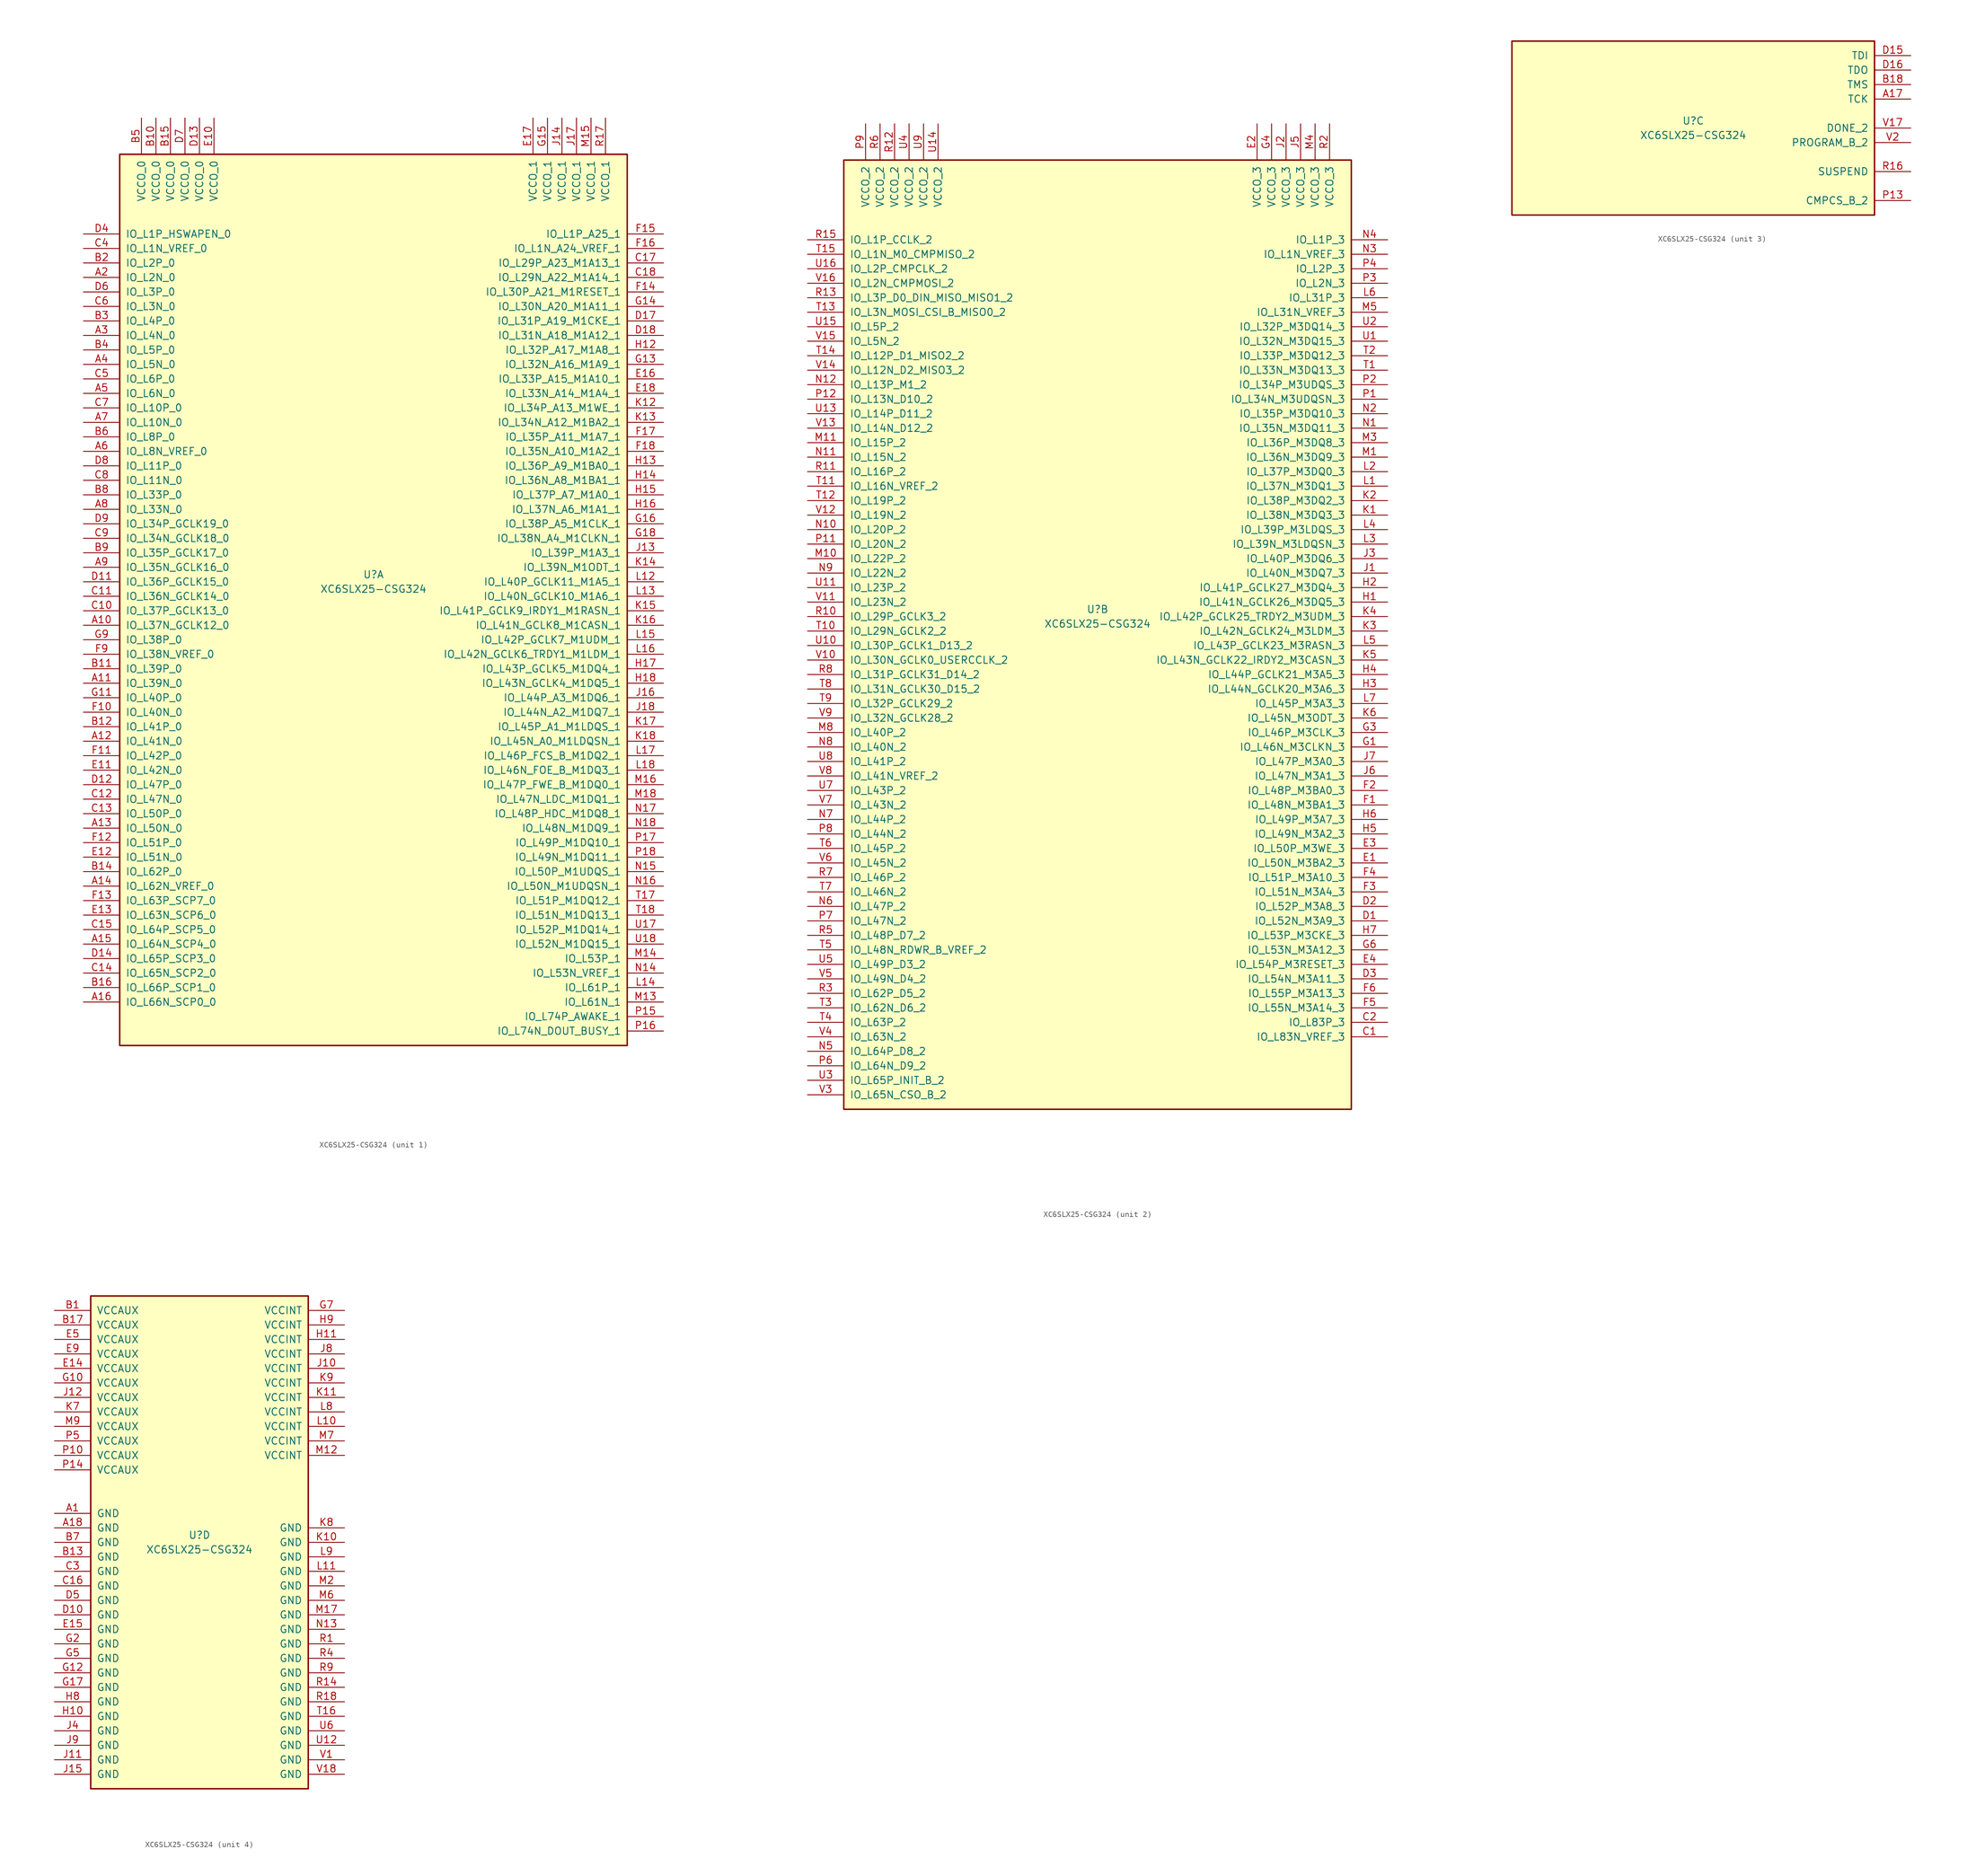
<source format=kicad_sym>
(kicad_symbol_lib
  (version 20211014)
  (generator kicad_symbol_editor)
  (symbol "XC6SLX25-CSG324"
    (pin_names
      (offset 1.016))
    (property "Reference" "U"
      (at 0 1.27 0)
      (effects (font (size 1.27 1.27))))
    (property "Value" "XC6SLX25-CSG324"
      (at 0 -1.27 0)
      (effects (font (size 1.27 1.27))))
    (property "Datasheet" ""
      (at 0 0 0)
      (effects (font (size 1.27 1.27))))
    (property "ki_locked" ""
      (at 0 0 0)
      (effects (font (size 1.27 1.27))))
    (symbol "XC6SLX25-CSG324_1_1"
      (rectangle (start -44.45 74.93) (end 44.45 -81.28) (stroke (width 0.254) (type default) (color 0 0 0 0)) (fill (type background)))
      (pin bidirectional line (at -50.8 -7.62 0) (length 6.35) (name "IO_L37N_GCLK12_0" (effects (font (size 1.27 1.27)))) (number "A10" (effects (font (size 1.27 1.27)))))
      (pin bidirectional line (at -50.8 -17.78 0) (length 6.35) (name "IO_L39N_0" (effects (font (size 1.27 1.27)))) (number "A11" (effects (font (size 1.27 1.27)))))
      (pin bidirectional line (at -50.8 -27.94 0) (length 6.35) (name "IO_L41N_0" (effects (font (size 1.27 1.27)))) (number "A12" (effects (font (size 1.27 1.27)))))
      (pin bidirectional line (at -50.8 -43.18 0) (length 6.35) (name "IO_L50N_0" (effects (font (size 1.27 1.27)))) (number "A13" (effects (font (size 1.27 1.27)))))
      (pin bidirectional line (at -50.8 -53.34 0) (length 6.35) (name "IO_L62N_VREF_0" (effects (font (size 1.27 1.27)))) (number "A14" (effects (font (size 1.27 1.27)))))
      (pin bidirectional line (at -50.8 -63.5 0) (length 6.35) (name "IO_L64N_SCP4_0" (effects (font (size 1.27 1.27)))) (number "A15" (effects (font (size 1.27 1.27)))))
      (pin bidirectional line (at -50.8 -73.66 0) (length 6.35) (name "IO_L66N_SCP0_0" (effects (font (size 1.27 1.27)))) (number "A16" (effects (font (size 1.27 1.27)))))
      (pin bidirectional line (at -50.8 53.34 0) (length 6.35) (name "IO_L2N_0" (effects (font (size 1.27 1.27)))) (number "A2" (effects (font (size 1.27 1.27)))))
      (pin bidirectional line (at -50.8 43.18 0) (length 6.35) (name "IO_L4N_0" (effects (font (size 1.27 1.27)))) (number "A3" (effects (font (size 1.27 1.27)))))
      (pin bidirectional line (at -50.8 38.1 0) (length 6.35) (name "IO_L5N_0" (effects (font (size 1.27 1.27)))) (number "A4" (effects (font (size 1.27 1.27)))))
      (pin bidirectional line (at -50.8 33.02 0) (length 6.35) (name "IO_L6N_0" (effects (font (size 1.27 1.27)))) (number "A5" (effects (font (size 1.27 1.27)))))
      (pin bidirectional line (at -50.8 22.86 0) (length 6.35) (name "IO_L8N_VREF_0" (effects (font (size 1.27 1.27)))) (number "A6" (effects (font (size 1.27 1.27)))))
      (pin bidirectional line (at -50.8 27.94 0) (length 6.35) (name "IO_L10N_0" (effects (font (size 1.27 1.27)))) (number "A7" (effects (font (size 1.27 1.27)))))
      (pin bidirectional line (at -50.8 12.7 0) (length 6.35) (name "IO_L33N_0" (effects (font (size 1.27 1.27)))) (number "A8" (effects (font (size 1.27 1.27)))))
      (pin bidirectional line (at -50.8 2.54 0) (length 6.35) (name "IO_L35N_GCLK16_0" (effects (font (size 1.27 1.27)))) (number "A9" (effects (font (size 1.27 1.27)))))
      (pin power_in line (at -38.1 81.28 270) (length 6.35) (name "VCCO_0" (effects (font (size 1.27 1.27)))) (number "B10" (effects (font (size 1.27 1.27)))))
      (pin bidirectional line (at -50.8 -15.24 0) (length 6.35) (name "IO_L39P_0" (effects (font (size 1.27 1.27)))) (number "B11" (effects (font (size 1.27 1.27)))))
      (pin bidirectional line (at -50.8 -25.4 0) (length 6.35) (name "IO_L41P_0" (effects (font (size 1.27 1.27)))) (number "B12" (effects (font (size 1.27 1.27)))))
      (pin bidirectional line (at -50.8 -50.8 0) (length 6.35) (name "IO_L62P_0" (effects (font (size 1.27 1.27)))) (number "B14" (effects (font (size 1.27 1.27)))))
      (pin power_in line (at -35.56 81.28 270) (length 6.35) (name "VCCO_0" (effects (font (size 1.27 1.27)))) (number "B15" (effects (font (size 1.27 1.27)))))
      (pin bidirectional line (at -50.8 -71.12 0) (length 6.35) (name "IO_L66P_SCP1_0" (effects (font (size 1.27 1.27)))) (number "B16" (effects (font (size 1.27 1.27)))))
      (pin bidirectional line (at -50.8 55.88 0) (length 6.35) (name "IO_L2P_0" (effects (font (size 1.27 1.27)))) (number "B2" (effects (font (size 1.27 1.27)))))
      (pin bidirectional line (at -50.8 45.72 0) (length 6.35) (name "IO_L4P_0" (effects (font (size 1.27 1.27)))) (number "B3" (effects (font (size 1.27 1.27)))))
      (pin bidirectional line (at -50.8 40.64 0) (length 6.35) (name "IO_L5P_0" (effects (font (size 1.27 1.27)))) (number "B4" (effects (font (size 1.27 1.27)))))
      (pin power_in line (at -40.64 81.28 270) (length 6.35) (name "VCCO_0" (effects (font (size 1.27 1.27)))) (number "B5" (effects (font (size 1.27 1.27)))))
      (pin bidirectional line (at -50.8 25.4 0) (length 6.35) (name "IO_L8P_0" (effects (font (size 1.27 1.27)))) (number "B6" (effects (font (size 1.27 1.27)))))
      (pin bidirectional line (at -50.8 15.24 0) (length 6.35) (name "IO_L33P_0" (effects (font (size 1.27 1.27)))) (number "B8" (effects (font (size 1.27 1.27)))))
      (pin bidirectional line (at -50.8 5.08 0) (length 6.35) (name "IO_L35P_GCLK17_0" (effects (font (size 1.27 1.27)))) (number "B9" (effects (font (size 1.27 1.27)))))
      (pin bidirectional line (at -50.8 -5.08 0) (length 6.35) (name "IO_L37P_GCLK13_0" (effects (font (size 1.27 1.27)))) (number "C10" (effects (font (size 1.27 1.27)))))
      (pin bidirectional line (at -50.8 -2.54 0) (length 6.35) (name "IO_L36N_GCLK14_0" (effects (font (size 1.27 1.27)))) (number "C11" (effects (font (size 1.27 1.27)))))
      (pin bidirectional line (at -50.8 -38.1 0) (length 6.35) (name "IO_L47N_0" (effects (font (size 1.27 1.27)))) (number "C12" (effects (font (size 1.27 1.27)))))
      (pin bidirectional line (at -50.8 -40.64 0) (length 6.35) (name "IO_L50P_0" (effects (font (size 1.27 1.27)))) (number "C13" (effects (font (size 1.27 1.27)))))
      (pin bidirectional line (at -50.8 -68.58 0) (length 6.35) (name "IO_L65N_SCP2_0" (effects (font (size 1.27 1.27)))) (number "C14" (effects (font (size 1.27 1.27)))))
      (pin bidirectional line (at -50.8 -60.96 0) (length 6.35) (name "IO_L64P_SCP5_0" (effects (font (size 1.27 1.27)))) (number "C15" (effects (font (size 1.27 1.27)))))
      (pin bidirectional line (at 50.8 55.88 180) (length 6.35) (name "IO_L29P_A23_M1A13_1" (effects (font (size 1.27 1.27)))) (number "C17" (effects (font (size 1.27 1.27)))))
      (pin bidirectional line (at 50.8 53.34 180) (length 6.35) (name "IO_L29N_A22_M1A14_1" (effects (font (size 1.27 1.27)))) (number "C18" (effects (font (size 1.27 1.27)))))
      (pin bidirectional line (at -50.8 58.42 0) (length 6.35) (name "IO_L1N_VREF_0" (effects (font (size 1.27 1.27)))) (number "C4" (effects (font (size 1.27 1.27)))))
      (pin bidirectional line (at -50.8 35.56 0) (length 6.35) (name "IO_L6P_0" (effects (font (size 1.27 1.27)))) (number "C5" (effects (font (size 1.27 1.27)))))
      (pin bidirectional line (at -50.8 48.26 0) (length 6.35) (name "IO_L3N_0" (effects (font (size 1.27 1.27)))) (number "C6" (effects (font (size 1.27 1.27)))))
      (pin bidirectional line (at -50.8 30.48 0) (length 6.35) (name "IO_L10P_0" (effects (font (size 1.27 1.27)))) (number "C7" (effects (font (size 1.27 1.27)))))
      (pin bidirectional line (at -50.8 17.78 0) (length 6.35) (name "IO_L11N_0" (effects (font (size 1.27 1.27)))) (number "C8" (effects (font (size 1.27 1.27)))))
      (pin bidirectional line (at -50.8 7.62 0) (length 6.35) (name "IO_L34N_GCLK18_0" (effects (font (size 1.27 1.27)))) (number "C9" (effects (font (size 1.27 1.27)))))
      (pin bidirectional line (at -50.8 0 0) (length 6.35) (name "IO_L36P_GCLK15_0" (effects (font (size 1.27 1.27)))) (number "D11" (effects (font (size 1.27 1.27)))))
      (pin bidirectional line (at -50.8 -35.56 0) (length 6.35) (name "IO_L47P_0" (effects (font (size 1.27 1.27)))) (number "D12" (effects (font (size 1.27 1.27)))))
      (pin power_in line (at -30.48 81.28 270) (length 6.35) (name "VCCO_0" (effects (font (size 1.27 1.27)))) (number "D13" (effects (font (size 1.27 1.27)))))
      (pin bidirectional line (at -50.8 -66.04 0) (length 6.35) (name "IO_L65P_SCP3_0" (effects (font (size 1.27 1.27)))) (number "D14" (effects (font (size 1.27 1.27)))))
      (pin bidirectional line (at 50.8 45.72 180) (length 6.35) (name "IO_L31P_A19_M1CKE_1" (effects (font (size 1.27 1.27)))) (number "D17" (effects (font (size 1.27 1.27)))))
      (pin bidirectional line (at 50.8 43.18 180) (length 6.35) (name "IO_L31N_A18_M1A12_1" (effects (font (size 1.27 1.27)))) (number "D18" (effects (font (size 1.27 1.27)))))
      (pin bidirectional line (at -50.8 60.96 0) (length 6.35) (name "IO_L1P_HSWAPEN_0" (effects (font (size 1.27 1.27)))) (number "D4" (effects (font (size 1.27 1.27)))))
      (pin bidirectional line (at -50.8 50.8 0) (length 6.35) (name "IO_L3P_0" (effects (font (size 1.27 1.27)))) (number "D6" (effects (font (size 1.27 1.27)))))
      (pin power_in line (at -33.02 81.28 270) (length 6.35) (name "VCCO_0" (effects (font (size 1.27 1.27)))) (number "D7" (effects (font (size 1.27 1.27)))))
      (pin bidirectional line (at -50.8 20.32 0) (length 6.35) (name "IO_L11P_0" (effects (font (size 1.27 1.27)))) (number "D8" (effects (font (size 1.27 1.27)))))
      (pin bidirectional line (at -50.8 10.16 0) (length 6.35) (name "IO_L34P_GCLK19_0" (effects (font (size 1.27 1.27)))) (number "D9" (effects (font (size 1.27 1.27)))))
      (pin power_in line (at -27.94 81.28 270) (length 6.35) (name "VCCO_0" (effects (font (size 1.27 1.27)))) (number "E10" (effects (font (size 1.27 1.27)))))
      (pin bidirectional line (at -50.8 -33.02 0) (length 6.35) (name "IO_L42N_0" (effects (font (size 1.27 1.27)))) (number "E11" (effects (font (size 1.27 1.27)))))
      (pin bidirectional line (at -50.8 -48.26 0) (length 6.35) (name "IO_L51N_0" (effects (font (size 1.27 1.27)))) (number "E12" (effects (font (size 1.27 1.27)))))
      (pin bidirectional line (at -50.8 -58.42 0) (length 6.35) (name "IO_L63N_SCP6_0" (effects (font (size 1.27 1.27)))) (number "E13" (effects (font (size 1.27 1.27)))))
      (pin bidirectional line (at 50.8 35.56 180) (length 6.35) (name "IO_L33P_A15_M1A10_1" (effects (font (size 1.27 1.27)))) (number "E16" (effects (font (size 1.27 1.27)))))
      (pin power_in line (at 27.94 81.28 270) (length 6.35) (name "VCCO_1" (effects (font (size 1.27 1.27)))) (number "E17" (effects (font (size 1.27 1.27)))))
      (pin bidirectional line (at 50.8 33.02 180) (length 6.35) (name "IO_L33N_A14_M1A4_1" (effects (font (size 1.27 1.27)))) (number "E18" (effects (font (size 1.27 1.27)))))
      (pin bidirectional line (at -50.8 -22.86 0) (length 6.35) (name "IO_L40N_0" (effects (font (size 1.27 1.27)))) (number "F10" (effects (font (size 1.27 1.27)))))
      (pin bidirectional line (at -50.8 -30.48 0) (length 6.35) (name "IO_L42P_0" (effects (font (size 1.27 1.27)))) (number "F11" (effects (font (size 1.27 1.27)))))
      (pin bidirectional line (at -50.8 -45.72 0) (length 6.35) (name "IO_L51P_0" (effects (font (size 1.27 1.27)))) (number "F12" (effects (font (size 1.27 1.27)))))
      (pin bidirectional line (at -50.8 -55.88 0) (length 6.35) (name "IO_L63P_SCP7_0" (effects (font (size 1.27 1.27)))) (number "F13" (effects (font (size 1.27 1.27)))))
      (pin bidirectional line (at 50.8 50.8 180) (length 6.35) (name "IO_L30P_A21_M1RESET_1" (effects (font (size 1.27 1.27)))) (number "F14" (effects (font (size 1.27 1.27)))))
      (pin bidirectional line (at 50.8 60.96 180) (length 6.35) (name "IO_L1P_A25_1" (effects (font (size 1.27 1.27)))) (number "F15" (effects (font (size 1.27 1.27)))))
      (pin bidirectional line (at 50.8 58.42 180) (length 6.35) (name "IO_L1N_A24_VREF_1" (effects (font (size 1.27 1.27)))) (number "F16" (effects (font (size 1.27 1.27)))))
      (pin bidirectional line (at 50.8 25.4 180) (length 6.35) (name "IO_L35P_A11_M1A7_1" (effects (font (size 1.27 1.27)))) (number "F17" (effects (font (size 1.27 1.27)))))
      (pin bidirectional line (at 50.8 22.86 180) (length 6.35) (name "IO_L35N_A10_M1A2_1" (effects (font (size 1.27 1.27)))) (number "F18" (effects (font (size 1.27 1.27)))))
      (pin bidirectional line (at -50.8 -12.7 0) (length 6.35) (name "IO_L38N_VREF_0" (effects (font (size 1.27 1.27)))) (number "F9" (effects (font (size 1.27 1.27)))))
      (pin bidirectional line (at -50.8 -20.32 0) (length 6.35) (name "IO_L40P_0" (effects (font (size 1.27 1.27)))) (number "G11" (effects (font (size 1.27 1.27)))))
      (pin bidirectional line (at 50.8 38.1 180) (length 6.35) (name "IO_L32N_A16_M1A9_1" (effects (font (size 1.27 1.27)))) (number "G13" (effects (font (size 1.27 1.27)))))
      (pin bidirectional line (at 50.8 48.26 180) (length 6.35) (name "IO_L30N_A20_M1A11_1" (effects (font (size 1.27 1.27)))) (number "G14" (effects (font (size 1.27 1.27)))))
      (pin power_in line (at 30.48 81.28 270) (length 6.35) (name "VCCO_1" (effects (font (size 1.27 1.27)))) (number "G15" (effects (font (size 1.27 1.27)))))
      (pin bidirectional line (at 50.8 10.16 180) (length 6.35) (name "IO_L38P_A5_M1CLK_1" (effects (font (size 1.27 1.27)))) (number "G16" (effects (font (size 1.27 1.27)))))
      (pin bidirectional line (at 50.8 7.62 180) (length 6.35) (name "IO_L38N_A4_M1CLKN_1" (effects (font (size 1.27 1.27)))) (number "G18" (effects (font (size 1.27 1.27)))))
      (pin bidirectional line (at -50.8 -10.16 0) (length 6.35) (name "IO_L38P_0" (effects (font (size 1.27 1.27)))) (number "G9" (effects (font (size 1.27 1.27)))))
      (pin bidirectional line (at 50.8 40.64 180) (length 6.35) (name "IO_L32P_A17_M1A8_1" (effects (font (size 1.27 1.27)))) (number "H12" (effects (font (size 1.27 1.27)))))
      (pin bidirectional line (at 50.8 20.32 180) (length 6.35) (name "IO_L36P_A9_M1BA0_1" (effects (font (size 1.27 1.27)))) (number "H13" (effects (font (size 1.27 1.27)))))
      (pin bidirectional line (at 50.8 17.78 180) (length 6.35) (name "IO_L36N_A8_M1BA1_1" (effects (font (size 1.27 1.27)))) (number "H14" (effects (font (size 1.27 1.27)))))
      (pin bidirectional line (at 50.8 15.24 180) (length 6.35) (name "IO_L37P_A7_M1A0_1" (effects (font (size 1.27 1.27)))) (number "H15" (effects (font (size 1.27 1.27)))))
      (pin bidirectional line (at 50.8 12.7 180) (length 6.35) (name "IO_L37N_A6_M1A1_1" (effects (font (size 1.27 1.27)))) (number "H16" (effects (font (size 1.27 1.27)))))
      (pin bidirectional line (at 50.8 -15.24 180) (length 6.35) (name "IO_L43P_GCLK5_M1DQ4_1" (effects (font (size 1.27 1.27)))) (number "H17" (effects (font (size 1.27 1.27)))))
      (pin bidirectional line (at 50.8 -17.78 180) (length 6.35) (name "IO_L43N_GCLK4_M1DQ5_1" (effects (font (size 1.27 1.27)))) (number "H18" (effects (font (size 1.27 1.27)))))
      (pin bidirectional line (at 50.8 5.08 180) (length 6.35) (name "IO_L39P_M1A3_1" (effects (font (size 1.27 1.27)))) (number "J13" (effects (font (size 1.27 1.27)))))
      (pin power_in line (at 33.02 81.28 270) (length 6.35) (name "VCCO_1" (effects (font (size 1.27 1.27)))) (number "J14" (effects (font (size 1.27 1.27)))))
      (pin bidirectional line (at 50.8 -20.32 180) (length 6.35) (name "IO_L44P_A3_M1DQ6_1" (effects (font (size 1.27 1.27)))) (number "J16" (effects (font (size 1.27 1.27)))))
      (pin power_in line (at 35.56 81.28 270) (length 6.35) (name "VCCO_1" (effects (font (size 1.27 1.27)))) (number "J17" (effects (font (size 1.27 1.27)))))
      (pin bidirectional line (at 50.8 -22.86 180) (length 6.35) (name "IO_L44N_A2_M1DQ7_1" (effects (font (size 1.27 1.27)))) (number "J18" (effects (font (size 1.27 1.27)))))
      (pin bidirectional line (at 50.8 30.48 180) (length 6.35) (name "IO_L34P_A13_M1WE_1" (effects (font (size 1.27 1.27)))) (number "K12" (effects (font (size 1.27 1.27)))))
      (pin bidirectional line (at 50.8 27.94 180) (length 6.35) (name "IO_L34N_A12_M1BA2_1" (effects (font (size 1.27 1.27)))) (number "K13" (effects (font (size 1.27 1.27)))))
      (pin bidirectional line (at 50.8 2.54 180) (length 6.35) (name "IO_L39N_M1ODT_1" (effects (font (size 1.27 1.27)))) (number "K14" (effects (font (size 1.27 1.27)))))
      (pin bidirectional line (at 50.8 -5.08 180) (length 6.35) (name "IO_L41P_GCLK9_IRDY1_M1RASN_1" (effects (font (size 1.27 1.27)))) (number "K15" (effects (font (size 1.27 1.27)))))
      (pin bidirectional line (at 50.8 -7.62 180) (length 6.35) (name "IO_L41N_GCLK8_M1CASN_1" (effects (font (size 1.27 1.27)))) (number "K16" (effects (font (size 1.27 1.27)))))
      (pin bidirectional line (at 50.8 -25.4 180) (length 6.35) (name "IO_L45P_A1_M1LDQS_1" (effects (font (size 1.27 1.27)))) (number "K17" (effects (font (size 1.27 1.27)))))
      (pin bidirectional line (at 50.8 -27.94 180) (length 6.35) (name "IO_L45N_A0_M1LDQSN_1" (effects (font (size 1.27 1.27)))) (number "K18" (effects (font (size 1.27 1.27)))))
      (pin bidirectional line (at 50.8 0 180) (length 6.35) (name "IO_L40P_GCLK11_M1A5_1" (effects (font (size 1.27 1.27)))) (number "L12" (effects (font (size 1.27 1.27)))))
      (pin bidirectional line (at 50.8 -2.54 180) (length 6.35) (name "IO_L40N_GCLK10_M1A6_1" (effects (font (size 1.27 1.27)))) (number "L13" (effects (font (size 1.27 1.27)))))
      (pin bidirectional line (at 50.8 -71.12 180) (length 6.35) (name "IO_L61P_1" (effects (font (size 1.27 1.27)))) (number "L14" (effects (font (size 1.27 1.27)))))
      (pin bidirectional line (at 50.8 -10.16 180) (length 6.35) (name "IO_L42P_GCLK7_M1UDM_1" (effects (font (size 1.27 1.27)))) (number "L15" (effects (font (size 1.27 1.27)))))
      (pin bidirectional line (at 50.8 -12.7 180) (length 6.35) (name "IO_L42N_GCLK6_TRDY1_M1LDM_1" (effects (font (size 1.27 1.27)))) (number "L16" (effects (font (size 1.27 1.27)))))
      (pin bidirectional line (at 50.8 -30.48 180) (length 6.35) (name "IO_L46P_FCS_B_M1DQ2_1" (effects (font (size 1.27 1.27)))) (number "L17" (effects (font (size 1.27 1.27)))))
      (pin bidirectional line (at 50.8 -33.02 180) (length 6.35) (name "IO_L46N_FOE_B_M1DQ3_1" (effects (font (size 1.27 1.27)))) (number "L18" (effects (font (size 1.27 1.27)))))
      (pin bidirectional line (at 50.8 -73.66 180) (length 6.35) (name "IO_L61N_1" (effects (font (size 1.27 1.27)))) (number "M13" (effects (font (size 1.27 1.27)))))
      (pin bidirectional line (at 50.8 -66.04 180) (length 6.35) (name "IO_L53P_1" (effects (font (size 1.27 1.27)))) (number "M14" (effects (font (size 1.27 1.27)))))
      (pin power_in line (at 38.1 81.28 270) (length 6.35) (name "VCCO_1" (effects (font (size 1.27 1.27)))) (number "M15" (effects (font (size 1.27 1.27)))))
      (pin bidirectional line (at 50.8 -35.56 180) (length 6.35) (name "IO_L47P_FWE_B_M1DQ0_1" (effects (font (size 1.27 1.27)))) (number "M16" (effects (font (size 1.27 1.27)))))
      (pin bidirectional line (at 50.8 -38.1 180) (length 6.35) (name "IO_L47N_LDC_M1DQ1_1" (effects (font (size 1.27 1.27)))) (number "M18" (effects (font (size 1.27 1.27)))))
      (pin bidirectional line (at 50.8 -68.58 180) (length 6.35) (name "IO_L53N_VREF_1" (effects (font (size 1.27 1.27)))) (number "N14" (effects (font (size 1.27 1.27)))))
      (pin bidirectional line (at 50.8 -50.8 180) (length 6.35) (name "IO_L50P_M1UDQS_1" (effects (font (size 1.27 1.27)))) (number "N15" (effects (font (size 1.27 1.27)))))
      (pin bidirectional line (at 50.8 -53.34 180) (length 6.35) (name "IO_L50N_M1UDQSN_1" (effects (font (size 1.27 1.27)))) (number "N16" (effects (font (size 1.27 1.27)))))
      (pin bidirectional line (at 50.8 -40.64 180) (length 6.35) (name "IO_L48P_HDC_M1DQ8_1" (effects (font (size 1.27 1.27)))) (number "N17" (effects (font (size 1.27 1.27)))))
      (pin bidirectional line (at 50.8 -43.18 180) (length 6.35) (name "IO_L48N_M1DQ9_1" (effects (font (size 1.27 1.27)))) (number "N18" (effects (font (size 1.27 1.27)))))
      (pin bidirectional line (at 50.8 -76.2 180) (length 6.35) (name "IO_L74P_AWAKE_1" (effects (font (size 1.27 1.27)))) (number "P15" (effects (font (size 1.27 1.27)))))
      (pin bidirectional line (at 50.8 -78.74 180) (length 6.35) (name "IO_L74N_DOUT_BUSY_1" (effects (font (size 1.27 1.27)))) (number "P16" (effects (font (size 1.27 1.27)))))
      (pin bidirectional line (at 50.8 -45.72 180) (length 6.35) (name "IO_L49P_M1DQ10_1" (effects (font (size 1.27 1.27)))) (number "P17" (effects (font (size 1.27 1.27)))))
      (pin bidirectional line (at 50.8 -48.26 180) (length 6.35) (name "IO_L49N_M1DQ11_1" (effects (font (size 1.27 1.27)))) (number "P18" (effects (font (size 1.27 1.27)))))
      (pin power_in line (at 40.64 81.28 270) (length 6.35) (name "VCCO_1" (effects (font (size 1.27 1.27)))) (number "R17" (effects (font (size 1.27 1.27)))))
      (pin bidirectional line (at 50.8 -55.88 180) (length 6.35) (name "IO_L51P_M1DQ12_1" (effects (font (size 1.27 1.27)))) (number "T17" (effects (font (size 1.27 1.27)))))
      (pin bidirectional line (at 50.8 -58.42 180) (length 6.35) (name "IO_L51N_M1DQ13_1" (effects (font (size 1.27 1.27)))) (number "T18" (effects (font (size 1.27 1.27)))))
      (pin bidirectional line (at 50.8 -60.96 180) (length 6.35) (name "IO_L52P_M1DQ14_1" (effects (font (size 1.27 1.27)))) (number "U17" (effects (font (size 1.27 1.27)))))
      (pin bidirectional line (at 50.8 -63.5 180) (length 6.35) (name "IO_L52N_M1DQ15_1" (effects (font (size 1.27 1.27)))) (number "U18" (effects (font (size 1.27 1.27))))))
    (symbol "XC6SLX25-CSG324_2_1"
      (rectangle (start -44.45 80.01) (end 44.45 -86.36) (stroke (width 0.254) (type default) (color 0 0 0 0)) (fill (type background)))
      (pin bidirectional line (at 50.8 -73.66 180) (length 6.35) (name "IO_L83N_VREF_3" (effects (font (size 1.27 1.27)))) (number "C1" (effects (font (size 1.27 1.27)))))
      (pin bidirectional line (at 50.8 -71.12 180) (length 6.35) (name "IO_L83P_3" (effects (font (size 1.27 1.27)))) (number "C2" (effects (font (size 1.27 1.27)))))
      (pin bidirectional line (at 50.8 -53.34 180) (length 6.35) (name "IO_L52N_M3A9_3" (effects (font (size 1.27 1.27)))) (number "D1" (effects (font (size 1.27 1.27)))))
      (pin bidirectional line (at 50.8 -50.8 180) (length 6.35) (name "IO_L52P_M3A8_3" (effects (font (size 1.27 1.27)))) (number "D2" (effects (font (size 1.27 1.27)))))
      (pin bidirectional line (at 50.8 -63.5 180) (length 6.35) (name "IO_L54N_M3A11_3" (effects (font (size 1.27 1.27)))) (number "D3" (effects (font (size 1.27 1.27)))))
      (pin bidirectional line (at 50.8 -43.18 180) (length 6.35) (name "IO_L50N_M3BA2_3" (effects (font (size 1.27 1.27)))) (number "E1" (effects (font (size 1.27 1.27)))))
      (pin power_in line (at 27.94 86.36 270) (length 6.35) (name "VCCO_3" (effects (font (size 1.27 1.27)))) (number "E2" (effects (font (size 1.27 1.27)))))
      (pin bidirectional line (at 50.8 -40.64 180) (length 6.35) (name "IO_L50P_M3WE_3" (effects (font (size 1.27 1.27)))) (number "E3" (effects (font (size 1.27 1.27)))))
      (pin bidirectional line (at 50.8 -60.96 180) (length 6.35) (name "IO_L54P_M3RESET_3" (effects (font (size 1.27 1.27)))) (number "E4" (effects (font (size 1.27 1.27)))))
      (pin bidirectional line (at 50.8 -33.02 180) (length 6.35) (name "IO_L48N_M3BA1_3" (effects (font (size 1.27 1.27)))) (number "F1" (effects (font (size 1.27 1.27)))))
      (pin bidirectional line (at 50.8 -30.48 180) (length 6.35) (name "IO_L48P_M3BA0_3" (effects (font (size 1.27 1.27)))) (number "F2" (effects (font (size 1.27 1.27)))))
      (pin bidirectional line (at 50.8 -48.26 180) (length 6.35) (name "IO_L51N_M3A4_3" (effects (font (size 1.27 1.27)))) (number "F3" (effects (font (size 1.27 1.27)))))
      (pin bidirectional line (at 50.8 -45.72 180) (length 6.35) (name "IO_L51P_M3A10_3" (effects (font (size 1.27 1.27)))) (number "F4" (effects (font (size 1.27 1.27)))))
      (pin bidirectional line (at 50.8 -68.58 180) (length 6.35) (name "IO_L55N_M3A14_3" (effects (font (size 1.27 1.27)))) (number "F5" (effects (font (size 1.27 1.27)))))
      (pin bidirectional line (at 50.8 -66.04 180) (length 6.35) (name "IO_L55P_M3A13_3" (effects (font (size 1.27 1.27)))) (number "F6" (effects (font (size 1.27 1.27)))))
      (pin bidirectional line (at 50.8 -22.86 180) (length 6.35) (name "IO_L46N_M3CLKN_3" (effects (font (size 1.27 1.27)))) (number "G1" (effects (font (size 1.27 1.27)))))
      (pin bidirectional line (at 50.8 -20.32 180) (length 6.35) (name "IO_L46P_M3CLK_3" (effects (font (size 1.27 1.27)))) (number "G3" (effects (font (size 1.27 1.27)))))
      (pin power_in line (at 30.48 86.36 270) (length 6.35) (name "VCCO_3" (effects (font (size 1.27 1.27)))) (number "G4" (effects (font (size 1.27 1.27)))))
      (pin bidirectional line (at 50.8 -58.42 180) (length 6.35) (name "IO_L53N_M3A12_3" (effects (font (size 1.27 1.27)))) (number "G6" (effects (font (size 1.27 1.27)))))
      (pin bidirectional line (at 50.8 2.54 180) (length 6.35) (name "IO_L41N_GCLK26_M3DQ5_3" (effects (font (size 1.27 1.27)))) (number "H1" (effects (font (size 1.27 1.27)))))
      (pin bidirectional line (at 50.8 5.08 180) (length 6.35) (name "IO_L41P_GCLK27_M3DQ4_3" (effects (font (size 1.27 1.27)))) (number "H2" (effects (font (size 1.27 1.27)))))
      (pin bidirectional line (at 50.8 -12.7 180) (length 6.35) (name "IO_L44N_GCLK20_M3A6_3" (effects (font (size 1.27 1.27)))) (number "H3" (effects (font (size 1.27 1.27)))))
      (pin bidirectional line (at 50.8 -10.16 180) (length 6.35) (name "IO_L44P_GCLK21_M3A5_3" (effects (font (size 1.27 1.27)))) (number "H4" (effects (font (size 1.27 1.27)))))
      (pin bidirectional line (at 50.8 -38.1 180) (length 6.35) (name "IO_L49N_M3A2_3" (effects (font (size 1.27 1.27)))) (number "H5" (effects (font (size 1.27 1.27)))))
      (pin bidirectional line (at 50.8 -35.56 180) (length 6.35) (name "IO_L49P_M3A7_3" (effects (font (size 1.27 1.27)))) (number "H6" (effects (font (size 1.27 1.27)))))
      (pin bidirectional line (at 50.8 -55.88 180) (length 6.35) (name "IO_L53P_M3CKE_3" (effects (font (size 1.27 1.27)))) (number "H7" (effects (font (size 1.27 1.27)))))
      (pin bidirectional line (at 50.8 7.62 180) (length 6.35) (name "IO_L40N_M3DQ7_3" (effects (font (size 1.27 1.27)))) (number "J1" (effects (font (size 1.27 1.27)))))
      (pin power_in line (at 33.02 86.36 270) (length 6.35) (name "VCCO_3" (effects (font (size 1.27 1.27)))) (number "J2" (effects (font (size 1.27 1.27)))))
      (pin bidirectional line (at 50.8 10.16 180) (length 6.35) (name "IO_L40P_M3DQ6_3" (effects (font (size 1.27 1.27)))) (number "J3" (effects (font (size 1.27 1.27)))))
      (pin power_in line (at 35.56 86.36 270) (length 6.35) (name "VCCO_3" (effects (font (size 1.27 1.27)))) (number "J5" (effects (font (size 1.27 1.27)))))
      (pin bidirectional line (at 50.8 -27.94 180) (length 6.35) (name "IO_L47N_M3A1_3" (effects (font (size 1.27 1.27)))) (number "J6" (effects (font (size 1.27 1.27)))))
      (pin bidirectional line (at 50.8 -25.4 180) (length 6.35) (name "IO_L47P_M3A0_3" (effects (font (size 1.27 1.27)))) (number "J7" (effects (font (size 1.27 1.27)))))
      (pin bidirectional line (at 50.8 17.78 180) (length 6.35) (name "IO_L38N_M3DQ3_3" (effects (font (size 1.27 1.27)))) (number "K1" (effects (font (size 1.27 1.27)))))
      (pin bidirectional line (at 50.8 20.32 180) (length 6.35) (name "IO_L38P_M3DQ2_3" (effects (font (size 1.27 1.27)))) (number "K2" (effects (font (size 1.27 1.27)))))
      (pin bidirectional line (at 50.8 -2.54 180) (length 6.35) (name "IO_L42N_GCLK24_M3LDM_3" (effects (font (size 1.27 1.27)))) (number "K3" (effects (font (size 1.27 1.27)))))
      (pin bidirectional line (at 50.8 0 180) (length 6.35) (name "IO_L42P_GCLK25_TRDY2_M3UDM_3" (effects (font (size 1.27 1.27)))) (number "K4" (effects (font (size 1.27 1.27)))))
      (pin bidirectional line (at 50.8 -7.62 180) (length 6.35) (name "IO_L43N_GCLK22_IRDY2_M3CASN_3" (effects (font (size 1.27 1.27)))) (number "K5" (effects (font (size 1.27 1.27)))))
      (pin bidirectional line (at 50.8 -17.78 180) (length 6.35) (name "IO_L45N_M3ODT_3" (effects (font (size 1.27 1.27)))) (number "K6" (effects (font (size 1.27 1.27)))))
      (pin bidirectional line (at 50.8 22.86 180) (length 6.35) (name "IO_L37N_M3DQ1_3" (effects (font (size 1.27 1.27)))) (number "L1" (effects (font (size 1.27 1.27)))))
      (pin bidirectional line (at 50.8 25.4 180) (length 6.35) (name "IO_L37P_M3DQ0_3" (effects (font (size 1.27 1.27)))) (number "L2" (effects (font (size 1.27 1.27)))))
      (pin bidirectional line (at 50.8 12.7 180) (length 6.35) (name "IO_L39N_M3LDQSN_3" (effects (font (size 1.27 1.27)))) (number "L3" (effects (font (size 1.27 1.27)))))
      (pin bidirectional line (at 50.8 15.24 180) (length 6.35) (name "IO_L39P_M3LDQS_3" (effects (font (size 1.27 1.27)))) (number "L4" (effects (font (size 1.27 1.27)))))
      (pin bidirectional line (at 50.8 -5.08 180) (length 6.35) (name "IO_L43P_GCLK23_M3RASN_3" (effects (font (size 1.27 1.27)))) (number "L5" (effects (font (size 1.27 1.27)))))
      (pin bidirectional line (at 50.8 55.88 180) (length 6.35) (name "IO_L31P_3" (effects (font (size 1.27 1.27)))) (number "L6" (effects (font (size 1.27 1.27)))))
      (pin bidirectional line (at 50.8 -15.24 180) (length 6.35) (name "IO_L45P_M3A3_3" (effects (font (size 1.27 1.27)))) (number "L7" (effects (font (size 1.27 1.27)))))
      (pin bidirectional line (at 50.8 27.94 180) (length 6.35) (name "IO_L36N_M3DQ9_3" (effects (font (size 1.27 1.27)))) (number "M1" (effects (font (size 1.27 1.27)))))
      (pin bidirectional line (at -50.8 10.16 0) (length 6.35) (name "IO_L22P_2" (effects (font (size 1.27 1.27)))) (number "M10" (effects (font (size 1.27 1.27)))))
      (pin bidirectional line (at -50.8 30.48 0) (length 6.35) (name "IO_L15P_2" (effects (font (size 1.27 1.27)))) (number "M11" (effects (font (size 1.27 1.27)))))
      (pin bidirectional line (at 50.8 30.48 180) (length 6.35) (name "IO_L36P_M3DQ8_3" (effects (font (size 1.27 1.27)))) (number "M3" (effects (font (size 1.27 1.27)))))
      (pin power_in line (at 38.1 86.36 270) (length 6.35) (name "VCCO_3" (effects (font (size 1.27 1.27)))) (number "M4" (effects (font (size 1.27 1.27)))))
      (pin bidirectional line (at 50.8 53.34 180) (length 6.35) (name "IO_L31N_VREF_3" (effects (font (size 1.27 1.27)))) (number "M5" (effects (font (size 1.27 1.27)))))
      (pin bidirectional line (at -50.8 -20.32 0) (length 6.35) (name "IO_L40P_2" (effects (font (size 1.27 1.27)))) (number "M8" (effects (font (size 1.27 1.27)))))
      (pin bidirectional line (at 50.8 33.02 180) (length 6.35) (name "IO_L35N_M3DQ11_3" (effects (font (size 1.27 1.27)))) (number "N1" (effects (font (size 1.27 1.27)))))
      (pin bidirectional line (at -50.8 15.24 0) (length 6.35) (name "IO_L20P_2" (effects (font (size 1.27 1.27)))) (number "N10" (effects (font (size 1.27 1.27)))))
      (pin bidirectional line (at -50.8 27.94 0) (length 6.35) (name "IO_L15N_2" (effects (font (size 1.27 1.27)))) (number "N11" (effects (font (size 1.27 1.27)))))
      (pin bidirectional line (at -50.8 40.64 0) (length 6.35) (name "IO_L13P_M1_2" (effects (font (size 1.27 1.27)))) (number "N12" (effects (font (size 1.27 1.27)))))
      (pin bidirectional line (at 50.8 35.56 180) (length 6.35) (name "IO_L35P_M3DQ10_3" (effects (font (size 1.27 1.27)))) (number "N2" (effects (font (size 1.27 1.27)))))
      (pin bidirectional line (at 50.8 63.5 180) (length 6.35) (name "IO_L1N_VREF_3" (effects (font (size 1.27 1.27)))) (number "N3" (effects (font (size 1.27 1.27)))))
      (pin bidirectional line (at 50.8 66.04 180) (length 6.35) (name "IO_L1P_3" (effects (font (size 1.27 1.27)))) (number "N4" (effects (font (size 1.27 1.27)))))
      (pin bidirectional line (at -50.8 -76.2 0) (length 6.35) (name "IO_L64P_D8_2" (effects (font (size 1.27 1.27)))) (number "N5" (effects (font (size 1.27 1.27)))))
      (pin bidirectional line (at -50.8 -50.8 0) (length 6.35) (name "IO_L47P_2" (effects (font (size 1.27 1.27)))) (number "N6" (effects (font (size 1.27 1.27)))))
      (pin bidirectional line (at -50.8 -35.56 0) (length 6.35) (name "IO_L44P_2" (effects (font (size 1.27 1.27)))) (number "N7" (effects (font (size 1.27 1.27)))))
      (pin bidirectional line (at -50.8 -22.86 0) (length 6.35) (name "IO_L40N_2" (effects (font (size 1.27 1.27)))) (number "N8" (effects (font (size 1.27 1.27)))))
      (pin bidirectional line (at -50.8 7.62 0) (length 6.35) (name "IO_L22N_2" (effects (font (size 1.27 1.27)))) (number "N9" (effects (font (size 1.27 1.27)))))
      (pin bidirectional line (at 50.8 38.1 180) (length 6.35) (name "IO_L34N_M3UDQSN_3" (effects (font (size 1.27 1.27)))) (number "P1" (effects (font (size 1.27 1.27)))))
      (pin bidirectional line (at -50.8 12.7 0) (length 6.35) (name "IO_L20N_2" (effects (font (size 1.27 1.27)))) (number "P11" (effects (font (size 1.27 1.27)))))
      (pin bidirectional line (at -50.8 38.1 0) (length 6.35) (name "IO_L13N_D10_2" (effects (font (size 1.27 1.27)))) (number "P12" (effects (font (size 1.27 1.27)))))
      (pin bidirectional line (at 50.8 40.64 180) (length 6.35) (name "IO_L34P_M3UDQS_3" (effects (font (size 1.27 1.27)))) (number "P2" (effects (font (size 1.27 1.27)))))
      (pin bidirectional line (at 50.8 58.42 180) (length 6.35) (name "IO_L2N_3" (effects (font (size 1.27 1.27)))) (number "P3" (effects (font (size 1.27 1.27)))))
      (pin bidirectional line (at 50.8 60.96 180) (length 6.35) (name "IO_L2P_3" (effects (font (size 1.27 1.27)))) (number "P4" (effects (font (size 1.27 1.27)))))
      (pin bidirectional line (at -50.8 -78.74 0) (length 6.35) (name "IO_L64N_D9_2" (effects (font (size 1.27 1.27)))) (number "P6" (effects (font (size 1.27 1.27)))))
      (pin bidirectional line (at -50.8 -53.34 0) (length 6.35) (name "IO_L47N_2" (effects (font (size 1.27 1.27)))) (number "P7" (effects (font (size 1.27 1.27)))))
      (pin bidirectional line (at -50.8 -38.1 0) (length 6.35) (name "IO_L44N_2" (effects (font (size 1.27 1.27)))) (number "P8" (effects (font (size 1.27 1.27)))))
      (pin power_in line (at -40.64 86.36 270) (length 6.35) (name "VCCO_2" (effects (font (size 1.27 1.27)))) (number "P9" (effects (font (size 1.27 1.27)))))
      (pin bidirectional line (at -50.8 0 0) (length 6.35) (name "IO_L29P_GCLK3_2" (effects (font (size 1.27 1.27)))) (number "R10" (effects (font (size 1.27 1.27)))))
      (pin bidirectional line (at -50.8 25.4 0) (length 6.35) (name "IO_L16P_2" (effects (font (size 1.27 1.27)))) (number "R11" (effects (font (size 1.27 1.27)))))
      (pin power_in line (at -35.56 86.36 270) (length 6.35) (name "VCCO_2" (effects (font (size 1.27 1.27)))) (number "R12" (effects (font (size 1.27 1.27)))))
      (pin bidirectional line (at -50.8 55.88 0) (length 6.35) (name "IO_L3P_D0_DIN_MISO_MISO1_2" (effects (font (size 1.27 1.27)))) (number "R13" (effects (font (size 1.27 1.27)))))
      (pin bidirectional line (at -50.8 66.04 0) (length 6.35) (name "IO_L1P_CCLK_2" (effects (font (size 1.27 1.27)))) (number "R15" (effects (font (size 1.27 1.27)))))
      (pin power_in line (at 40.64 86.36 270) (length 6.35) (name "VCCO_3" (effects (font (size 1.27 1.27)))) (number "R2" (effects (font (size 1.27 1.27)))))
      (pin bidirectional line (at -50.8 -66.04 0) (length 6.35) (name "IO_L62P_D5_2" (effects (font (size 1.27 1.27)))) (number "R3" (effects (font (size 1.27 1.27)))))
      (pin bidirectional line (at -50.8 -55.88 0) (length 6.35) (name "IO_L48P_D7_2" (effects (font (size 1.27 1.27)))) (number "R5" (effects (font (size 1.27 1.27)))))
      (pin power_in line (at -38.1 86.36 270) (length 6.35) (name "VCCO_2" (effects (font (size 1.27 1.27)))) (number "R6" (effects (font (size 1.27 1.27)))))
      (pin bidirectional line (at -50.8 -45.72 0) (length 6.35) (name "IO_L46P_2" (effects (font (size 1.27 1.27)))) (number "R7" (effects (font (size 1.27 1.27)))))
      (pin bidirectional line (at -50.8 -10.16 0) (length 6.35) (name "IO_L31P_GCLK31_D14_2" (effects (font (size 1.27 1.27)))) (number "R8" (effects (font (size 1.27 1.27)))))
      (pin bidirectional line (at 50.8 43.18 180) (length 6.35) (name "IO_L33N_M3DQ13_3" (effects (font (size 1.27 1.27)))) (number "T1" (effects (font (size 1.27 1.27)))))
      (pin bidirectional line (at -50.8 -2.54 0) (length 6.35) (name "IO_L29N_GCLK2_2" (effects (font (size 1.27 1.27)))) (number "T10" (effects (font (size 1.27 1.27)))))
      (pin bidirectional line (at -50.8 22.86 0) (length 6.35) (name "IO_L16N_VREF_2" (effects (font (size 1.27 1.27)))) (number "T11" (effects (font (size 1.27 1.27)))))
      (pin bidirectional line (at -50.8 20.32 0) (length 6.35) (name "IO_L19P_2" (effects (font (size 1.27 1.27)))) (number "T12" (effects (font (size 1.27 1.27)))))
      (pin bidirectional line (at -50.8 53.34 0) (length 6.35) (name "IO_L3N_MOSI_CSI_B_MISO0_2" (effects (font (size 1.27 1.27)))) (number "T13" (effects (font (size 1.27 1.27)))))
      (pin bidirectional line (at -50.8 45.72 0) (length 6.35) (name "IO_L12P_D1_MISO2_2" (effects (font (size 1.27 1.27)))) (number "T14" (effects (font (size 1.27 1.27)))))
      (pin bidirectional line (at -50.8 63.5 0) (length 6.35) (name "IO_L1N_M0_CMPMISO_2" (effects (font (size 1.27 1.27)))) (number "T15" (effects (font (size 1.27 1.27)))))
      (pin bidirectional line (at 50.8 45.72 180) (length 6.35) (name "IO_L33P_M3DQ12_3" (effects (font (size 1.27 1.27)))) (number "T2" (effects (font (size 1.27 1.27)))))
      (pin bidirectional line (at -50.8 -68.58 0) (length 6.35) (name "IO_L62N_D6_2" (effects (font (size 1.27 1.27)))) (number "T3" (effects (font (size 1.27 1.27)))))
      (pin bidirectional line (at -50.8 -71.12 0) (length 6.35) (name "IO_L63P_2" (effects (font (size 1.27 1.27)))) (number "T4" (effects (font (size 1.27 1.27)))))
      (pin bidirectional line (at -50.8 -58.42 0) (length 6.35) (name "IO_L48N_RDWR_B_VREF_2" (effects (font (size 1.27 1.27)))) (number "T5" (effects (font (size 1.27 1.27)))))
      (pin bidirectional line (at -50.8 -40.64 0) (length 6.35) (name "IO_L45P_2" (effects (font (size 1.27 1.27)))) (number "T6" (effects (font (size 1.27 1.27)))))
      (pin bidirectional line (at -50.8 -48.26 0) (length 6.35) (name "IO_L46N_2" (effects (font (size 1.27 1.27)))) (number "T7" (effects (font (size 1.27 1.27)))))
      (pin bidirectional line (at -50.8 -12.7 0) (length 6.35) (name "IO_L31N_GCLK30_D15_2" (effects (font (size 1.27 1.27)))) (number "T8" (effects (font (size 1.27 1.27)))))
      (pin bidirectional line (at -50.8 -15.24 0) (length 6.35) (name "IO_L32P_GCLK29_2" (effects (font (size 1.27 1.27)))) (number "T9" (effects (font (size 1.27 1.27)))))
      (pin bidirectional line (at 50.8 48.26 180) (length 6.35) (name "IO_L32N_M3DQ15_3" (effects (font (size 1.27 1.27)))) (number "U1" (effects (font (size 1.27 1.27)))))
      (pin bidirectional line (at -50.8 -5.08 0) (length 6.35) (name "IO_L30P_GCLK1_D13_2" (effects (font (size 1.27 1.27)))) (number "U10" (effects (font (size 1.27 1.27)))))
      (pin bidirectional line (at -50.8 5.08 0) (length 6.35) (name "IO_L23P_2" (effects (font (size 1.27 1.27)))) (number "U11" (effects (font (size 1.27 1.27)))))
      (pin bidirectional line (at -50.8 35.56 0) (length 6.35) (name "IO_L14P_D11_2" (effects (font (size 1.27 1.27)))) (number "U13" (effects (font (size 1.27 1.27)))))
      (pin power_in line (at -27.94 86.36 270) (length 6.35) (name "VCCO_2" (effects (font (size 1.27 1.27)))) (number "U14" (effects (font (size 1.27 1.27)))))
      (pin bidirectional line (at -50.8 50.8 0) (length 6.35) (name "IO_L5P_2" (effects (font (size 1.27 1.27)))) (number "U15" (effects (font (size 1.27 1.27)))))
      (pin bidirectional line (at -50.8 60.96 0) (length 6.35) (name "IO_L2P_CMPCLK_2" (effects (font (size 1.27 1.27)))) (number "U16" (effects (font (size 1.27 1.27)))))
      (pin bidirectional line (at 50.8 50.8 180) (length 6.35) (name "IO_L32P_M3DQ14_3" (effects (font (size 1.27 1.27)))) (number "U2" (effects (font (size 1.27 1.27)))))
      (pin bidirectional line (at -50.8 -81.28 0) (length 6.35) (name "IO_L65P_INIT_B_2" (effects (font (size 1.27 1.27)))) (number "U3" (effects (font (size 1.27 1.27)))))
      (pin power_in line (at -33.02 86.36 270) (length 6.35) (name "VCCO_2" (effects (font (size 1.27 1.27)))) (number "U4" (effects (font (size 1.27 1.27)))))
      (pin bidirectional line (at -50.8 -60.96 0) (length 6.35) (name "IO_L49P_D3_2" (effects (font (size 1.27 1.27)))) (number "U5" (effects (font (size 1.27 1.27)))))
      (pin bidirectional line (at -50.8 -30.48 0) (length 6.35) (name "IO_L43P_2" (effects (font (size 1.27 1.27)))) (number "U7" (effects (font (size 1.27 1.27)))))
      (pin bidirectional line (at -50.8 -25.4 0) (length 6.35) (name "IO_L41P_2" (effects (font (size 1.27 1.27)))) (number "U8" (effects (font (size 1.27 1.27)))))
      (pin power_in line (at -30.48 86.36 270) (length 6.35) (name "VCCO_2" (effects (font (size 1.27 1.27)))) (number "U9" (effects (font (size 1.27 1.27)))))
      (pin bidirectional line (at -50.8 -7.62 0) (length 6.35) (name "IO_L30N_GCLK0_USERCCLK_2" (effects (font (size 1.27 1.27)))) (number "V10" (effects (font (size 1.27 1.27)))))
      (pin bidirectional line (at -50.8 2.54 0) (length 6.35) (name "IO_L23N_2" (effects (font (size 1.27 1.27)))) (number "V11" (effects (font (size 1.27 1.27)))))
      (pin bidirectional line (at -50.8 17.78 0) (length 6.35) (name "IO_L19N_2" (effects (font (size 1.27 1.27)))) (number "V12" (effects (font (size 1.27 1.27)))))
      (pin bidirectional line (at -50.8 33.02 0) (length 6.35) (name "IO_L14N_D12_2" (effects (font (size 1.27 1.27)))) (number "V13" (effects (font (size 1.27 1.27)))))
      (pin bidirectional line (at -50.8 43.18 0) (length 6.35) (name "IO_L12N_D2_MISO3_2" (effects (font (size 1.27 1.27)))) (number "V14" (effects (font (size 1.27 1.27)))))
      (pin bidirectional line (at -50.8 48.26 0) (length 6.35) (name "IO_L5N_2" (effects (font (size 1.27 1.27)))) (number "V15" (effects (font (size 1.27 1.27)))))
      (pin bidirectional line (at -50.8 58.42 0) (length 6.35) (name "IO_L2N_CMPMOSI_2" (effects (font (size 1.27 1.27)))) (number "V16" (effects (font (size 1.27 1.27)))))
      (pin bidirectional line (at -50.8 -83.82 0) (length 6.35) (name "IO_L65N_CSO_B_2" (effects (font (size 1.27 1.27)))) (number "V3" (effects (font (size 1.27 1.27)))))
      (pin bidirectional line (at -50.8 -73.66 0) (length 6.35) (name "IO_L63N_2" (effects (font (size 1.27 1.27)))) (number "V4" (effects (font (size 1.27 1.27)))))
      (pin bidirectional line (at -50.8 -63.5 0) (length 6.35) (name "IO_L49N_D4_2" (effects (font (size 1.27 1.27)))) (number "V5" (effects (font (size 1.27 1.27)))))
      (pin bidirectional line (at -50.8 -43.18 0) (length 6.35) (name "IO_L45N_2" (effects (font (size 1.27 1.27)))) (number "V6" (effects (font (size 1.27 1.27)))))
      (pin bidirectional line (at -50.8 -33.02 0) (length 6.35) (name "IO_L43N_2" (effects (font (size 1.27 1.27)))) (number "V7" (effects (font (size 1.27 1.27)))))
      (pin bidirectional line (at -50.8 -27.94 0) (length 6.35) (name "IO_L41N_VREF_2" (effects (font (size 1.27 1.27)))) (number "V8" (effects (font (size 1.27 1.27)))))
      (pin bidirectional line (at -50.8 -17.78 0) (length 6.35) (name "IO_L32N_GCLK28_2" (effects (font (size 1.27 1.27)))) (number "V9" (effects (font (size 1.27 1.27))))))
    (symbol "XC6SLX25-CSG324_3_1"
      (rectangle (start -31.75 15.24) (end 31.75 -15.24) (stroke (width 0.254) (type default) (color 0 0 0 0)) (fill (type background)))
      (pin bidirectional line (at 38.1 5.08 180) (length 6.35) (name "TCK" (effects (font (size 1.27 1.27)))) (number "A17" (effects (font (size 1.27 1.27)))))
      (pin bidirectional line (at 38.1 7.62 180) (length 6.35) (name "TMS" (effects (font (size 1.27 1.27)))) (number "B18" (effects (font (size 1.27 1.27)))))
      (pin bidirectional line (at 38.1 12.7 180) (length 6.35) (name "TDI" (effects (font (size 1.27 1.27)))) (number "D15" (effects (font (size 1.27 1.27)))))
      (pin bidirectional line (at 38.1 10.16 180) (length 6.35) (name "TDO" (effects (font (size 1.27 1.27)))) (number "D16" (effects (font (size 1.27 1.27)))))
      (pin bidirectional line (at 38.1 -12.7 180) (length 6.35) (name "CMPCS_B_2" (effects (font (size 1.27 1.27)))) (number "P13" (effects (font (size 1.27 1.27)))))
      (pin bidirectional line (at 38.1 -7.62 180) (length 6.35) (name "SUSPEND" (effects (font (size 1.27 1.27)))) (number "R16" (effects (font (size 1.27 1.27)))))
      (pin bidirectional line (at 38.1 0 180) (length 6.35) (name "DONE_2" (effects (font (size 1.27 1.27)))) (number "V17" (effects (font (size 1.27 1.27)))))
      (pin bidirectional line (at 38.1 -2.54 180) (length 6.35) (name "PROGRAM_B_2" (effects (font (size 1.27 1.27)))) (number "V2" (effects (font (size 1.27 1.27))))))
    (symbol "XC6SLX25-CSG324_4_1"
      (rectangle (start -19.05 43.18) (end 19.05 -43.18) (stroke (width 0.254) (type default) (color 0 0 0 0)) (fill (type background)))
      (pin power_in line (at -25.4 5.08 0) (length 6.35) (name "GND" (effects (font (size 1.27 1.27)))) (number "A1" (effects (font (size 1.27 1.27)))))
      (pin power_in line (at -25.4 2.54 0) (length 6.35) (name "GND" (effects (font (size 1.27 1.27)))) (number "A18" (effects (font (size 1.27 1.27)))))
      (pin power_in line (at -25.4 40.64 0) (length 6.35) (name "VCCAUX" (effects (font (size 1.27 1.27)))) (number "B1" (effects (font (size 1.27 1.27)))))
      (pin power_in line (at -25.4 -2.54 0) (length 6.35) (name "GND" (effects (font (size 1.27 1.27)))) (number "B13" (effects (font (size 1.27 1.27)))))
      (pin power_in line (at -25.4 38.1 0) (length 6.35) (name "VCCAUX" (effects (font (size 1.27 1.27)))) (number "B17" (effects (font (size 1.27 1.27)))))
      (pin power_in line (at -25.4 0 0) (length 6.35) (name "GND" (effects (font (size 1.27 1.27)))) (number "B7" (effects (font (size 1.27 1.27)))))
      (pin power_in line (at -25.4 -7.62 0) (length 6.35) (name "GND" (effects (font (size 1.27 1.27)))) (number "C16" (effects (font (size 1.27 1.27)))))
      (pin power_in line (at -25.4 -5.08 0) (length 6.35) (name "GND" (effects (font (size 1.27 1.27)))) (number "C3" (effects (font (size 1.27 1.27)))))
      (pin power_in line (at -25.4 -12.7 0) (length 6.35) (name "GND" (effects (font (size 1.27 1.27)))) (number "D10" (effects (font (size 1.27 1.27)))))
      (pin power_in line (at -25.4 -10.16 0) (length 6.35) (name "GND" (effects (font (size 1.27 1.27)))) (number "D5" (effects (font (size 1.27 1.27)))))
      (pin power_in line (at -25.4 30.48 0) (length 6.35) (name "VCCAUX" (effects (font (size 1.27 1.27)))) (number "E14" (effects (font (size 1.27 1.27)))))
      (pin power_in line (at -25.4 -15.24 0) (length 6.35) (name "GND" (effects (font (size 1.27 1.27)))) (number "E15" (effects (font (size 1.27 1.27)))))
      (pin power_in line (at -25.4 35.56 0) (length 6.35) (name "VCCAUX" (effects (font (size 1.27 1.27)))) (number "E5" (effects (font (size 1.27 1.27)))))
      (pin power_in line (at -25.4 33.02 0) (length 6.35) (name "VCCAUX" (effects (font (size 1.27 1.27)))) (number "E9" (effects (font (size 1.27 1.27)))))
      (pin power_in line (at -25.4 27.94 0) (length 6.35) (name "VCCAUX" (effects (font (size 1.27 1.27)))) (number "G10" (effects (font (size 1.27 1.27)))))
      (pin power_in line (at -25.4 -22.86 0) (length 6.35) (name "GND" (effects (font (size 1.27 1.27)))) (number "G12" (effects (font (size 1.27 1.27)))))
      (pin power_in line (at -25.4 -25.4 0) (length 6.35) (name "GND" (effects (font (size 1.27 1.27)))) (number "G17" (effects (font (size 1.27 1.27)))))
      (pin power_in line (at -25.4 -17.78 0) (length 6.35) (name "GND" (effects (font (size 1.27 1.27)))) (number "G2" (effects (font (size 1.27 1.27)))))
      (pin power_in line (at -25.4 -20.32 0) (length 6.35) (name "GND" (effects (font (size 1.27 1.27)))) (number "G5" (effects (font (size 1.27 1.27)))))
      (pin power_in line (at 25.4 40.64 180) (length 6.35) (name "VCCINT" (effects (font (size 1.27 1.27)))) (number "G7" (effects (font (size 1.27 1.27)))))
      (pin power_in line (at -25.4 -30.48 0) (length 6.35) (name "GND" (effects (font (size 1.27 1.27)))) (number "H10" (effects (font (size 1.27 1.27)))))
      (pin power_in line (at 25.4 35.56 180) (length 6.35) (name "VCCINT" (effects (font (size 1.27 1.27)))) (number "H11" (effects (font (size 1.27 1.27)))))
      (pin power_in line (at -25.4 -27.94 0) (length 6.35) (name "GND" (effects (font (size 1.27 1.27)))) (number "H8" (effects (font (size 1.27 1.27)))))
      (pin power_in line (at 25.4 38.1 180) (length 6.35) (name "VCCINT" (effects (font (size 1.27 1.27)))) (number "H9" (effects (font (size 1.27 1.27)))))
      (pin power_in line (at 25.4 30.48 180) (length 6.35) (name "VCCINT" (effects (font (size 1.27 1.27)))) (number "J10" (effects (font (size 1.27 1.27)))))
      (pin power_in line (at -25.4 -38.1 0) (length 6.35) (name "GND" (effects (font (size 1.27 1.27)))) (number "J11" (effects (font (size 1.27 1.27)))))
      (pin power_in line (at -25.4 25.4 0) (length 6.35) (name "VCCAUX" (effects (font (size 1.27 1.27)))) (number "J12" (effects (font (size 1.27 1.27)))))
      (pin power_in line (at -25.4 -40.64 0) (length 6.35) (name "GND" (effects (font (size 1.27 1.27)))) (number "J15" (effects (font (size 1.27 1.27)))))
      (pin power_in line (at -25.4 -33.02 0) (length 6.35) (name "GND" (effects (font (size 1.27 1.27)))) (number "J4" (effects (font (size 1.27 1.27)))))
      (pin power_in line (at 25.4 33.02 180) (length 6.35) (name "VCCINT" (effects (font (size 1.27 1.27)))) (number "J8" (effects (font (size 1.27 1.27)))))
      (pin power_in line (at -25.4 -35.56 0) (length 6.35) (name "GND" (effects (font (size 1.27 1.27)))) (number "J9" (effects (font (size 1.27 1.27)))))
      (pin power_in line (at 25.4 0 180) (length 6.35) (name "GND" (effects (font (size 1.27 1.27)))) (number "K10" (effects (font (size 1.27 1.27)))))
      (pin power_in line (at 25.4 25.4 180) (length 6.35) (name "VCCINT" (effects (font (size 1.27 1.27)))) (number "K11" (effects (font (size 1.27 1.27)))))
      (pin power_in line (at -25.4 22.86 0) (length 6.35) (name "VCCAUX" (effects (font (size 1.27 1.27)))) (number "K7" (effects (font (size 1.27 1.27)))))
      (pin power_in line (at 25.4 2.54 180) (length 6.35) (name "GND" (effects (font (size 1.27 1.27)))) (number "K8" (effects (font (size 1.27 1.27)))))
      (pin power_in line (at 25.4 27.94 180) (length 6.35) (name "VCCINT" (effects (font (size 1.27 1.27)))) (number "K9" (effects (font (size 1.27 1.27)))))
      (pin power_in line (at 25.4 20.32 180) (length 6.35) (name "VCCINT" (effects (font (size 1.27 1.27)))) (number "L10" (effects (font (size 1.27 1.27)))))
      (pin power_in line (at 25.4 -5.08 180) (length 6.35) (name "GND" (effects (font (size 1.27 1.27)))) (number "L11" (effects (font (size 1.27 1.27)))))
      (pin power_in line (at 25.4 22.86 180) (length 6.35) (name "VCCINT" (effects (font (size 1.27 1.27)))) (number "L8" (effects (font (size 1.27 1.27)))))
      (pin power_in line (at 25.4 -2.54 180) (length 6.35) (name "GND" (effects (font (size 1.27 1.27)))) (number "L9" (effects (font (size 1.27 1.27)))))
      (pin power_in line (at 25.4 15.24 180) (length 6.35) (name "VCCINT" (effects (font (size 1.27 1.27)))) (number "M12" (effects (font (size 1.27 1.27)))))
      (pin power_in line (at 25.4 -12.7 180) (length 6.35) (name "GND" (effects (font (size 1.27 1.27)))) (number "M17" (effects (font (size 1.27 1.27)))))
      (pin power_in line (at 25.4 -7.62 180) (length 6.35) (name "GND" (effects (font (size 1.27 1.27)))) (number "M2" (effects (font (size 1.27 1.27)))))
      (pin power_in line (at 25.4 -10.16 180) (length 6.35) (name "GND" (effects (font (size 1.27 1.27)))) (number "M6" (effects (font (size 1.27 1.27)))))
      (pin power_in line (at 25.4 17.78 180) (length 6.35) (name "VCCINT" (effects (font (size 1.27 1.27)))) (number "M7" (effects (font (size 1.27 1.27)))))
      (pin power_in line (at -25.4 20.32 0) (length 6.35) (name "VCCAUX" (effects (font (size 1.27 1.27)))) (number "M9" (effects (font (size 1.27 1.27)))))
      (pin power_in line (at 25.4 -15.24 180) (length 6.35) (name "GND" (effects (font (size 1.27 1.27)))) (number "N13" (effects (font (size 1.27 1.27)))))
      (pin power_in line (at -25.4 15.24 0) (length 6.35) (name "VCCAUX" (effects (font (size 1.27 1.27)))) (number "P10" (effects (font (size 1.27 1.27)))))
      (pin power_in line (at -25.4 12.7 0) (length 6.35) (name "VCCAUX" (effects (font (size 1.27 1.27)))) (number "P14" (effects (font (size 1.27 1.27)))))
      (pin power_in line (at -25.4 17.78 0) (length 6.35) (name "VCCAUX" (effects (font (size 1.27 1.27)))) (number "P5" (effects (font (size 1.27 1.27)))))
      (pin power_in line (at 25.4 -17.78 180) (length 6.35) (name "GND" (effects (font (size 1.27 1.27)))) (number "R1" (effects (font (size 1.27 1.27)))))
      (pin power_in line (at 25.4 -25.4 180) (length 6.35) (name "GND" (effects (font (size 1.27 1.27)))) (number "R14" (effects (font (size 1.27 1.27)))))
      (pin power_in line (at 25.4 -27.94 180) (length 6.35) (name "GND" (effects (font (size 1.27 1.27)))) (number "R18" (effects (font (size 1.27 1.27)))))
      (pin power_in line (at 25.4 -20.32 180) (length 6.35) (name "GND" (effects (font (size 1.27 1.27)))) (number "R4" (effects (font (size 1.27 1.27)))))
      (pin power_in line (at 25.4 -22.86 180) (length 6.35) (name "GND" (effects (font (size 1.27 1.27)))) (number "R9" (effects (font (size 1.27 1.27)))))
      (pin power_in line (at 25.4 -30.48 180) (length 6.35) (name "GND" (effects (font (size 1.27 1.27)))) (number "T16" (effects (font (size 1.27 1.27)))))
      (pin power_in line (at 25.4 -35.56 180) (length 6.35) (name "GND" (effects (font (size 1.27 1.27)))) (number "U12" (effects (font (size 1.27 1.27)))))
      (pin power_in line (at 25.4 -33.02 180) (length 6.35) (name "GND" (effects (font (size 1.27 1.27)))) (number "U6" (effects (font (size 1.27 1.27)))))
      (pin power_in line (at 25.4 -38.1 180) (length 6.35) (name "GND" (effects (font (size 1.27 1.27)))) (number "V1" (effects (font (size 1.27 1.27)))))
      (pin power_in line (at 25.4 -40.64 180) (length 6.35) (name "GND" (effects (font (size 1.27 1.27)))) (number "V18" (effects (font (size 1.27 1.27))))))))
</source>
